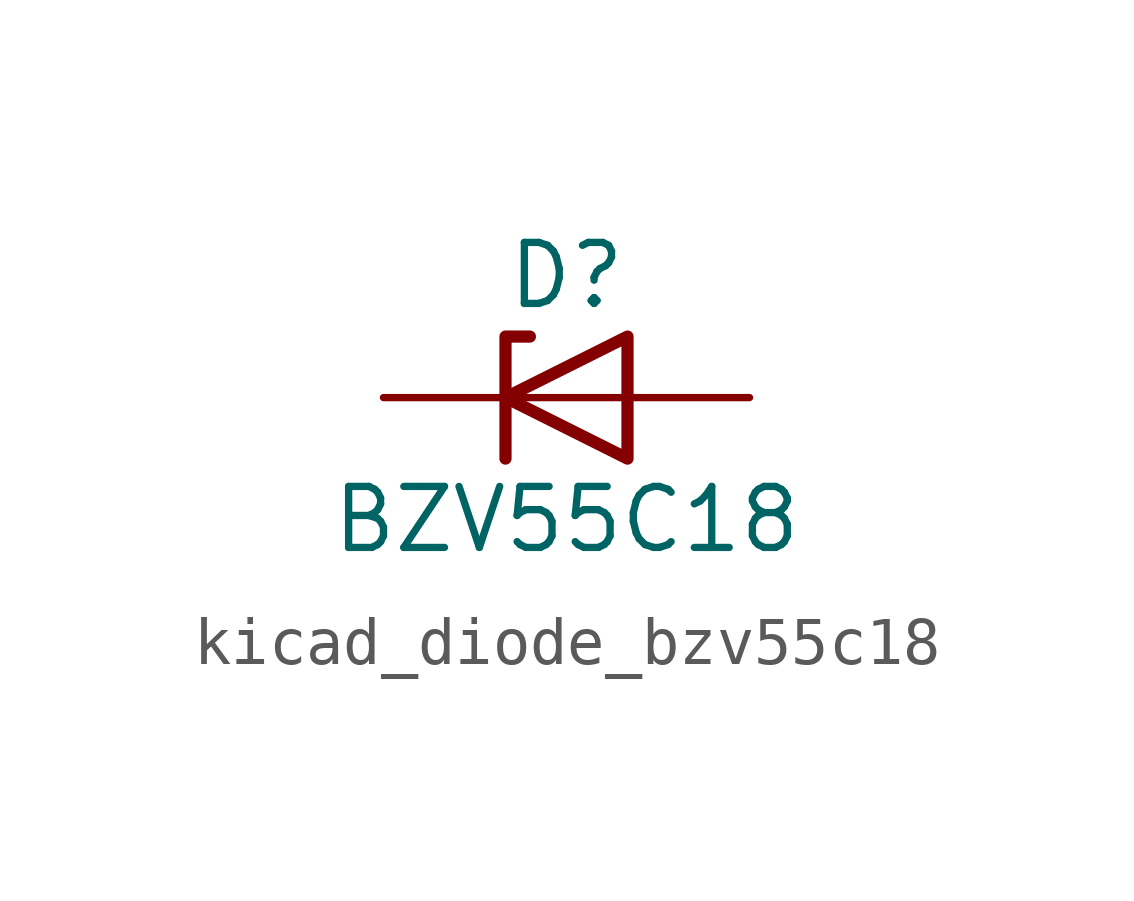
<source format=kicad_sym>
(kicad_symbol_lib
  (version 20220914)
  (generator kicad_symbol_editor)
  (symbol "kicad_diode_bzv55c18"
    (pin_numbers hide)
    (pin_names hide)
    (property "Reference" "D"
      (at 0 2.54 0)
      (effects (font (size 1.27 1.27))))
    (property "Value" "BZV55C18"
      (at 0 -2.54 0)
      (effects (font (size 1.27 1.27))))
    (symbol "kicad_diode_bzv55c18_0_1"
      (polyline (pts (xy 1.27 0) (xy -1.27 0)) (stroke (width 0) (type default)) (fill (type none)))
      (polyline (pts (xy -1.27 -1.27) (xy -1.27 1.27) (xy -0.762 1.27)) (stroke (width 0.254) (type default)) (fill (type none)))
      (polyline (pts (xy 1.27 -1.27) (xy 1.27 1.27) (xy -1.27 0) (xy 1.27 -1.27)) (stroke (width 0.254) (type default)) (fill (type none))))
    (symbol "kicad_diode_bzv55c18_1_1"
      (pin passive line (at -3.81 0 0) (length 2.54) (name "K" (effects (font (size 1.27 1.27)))) (number "1" (effects (font (size 1.27 1.27)))))
      (pin passive line (at 3.81 0 180) (length 2.54) (name "A" (effects (font (size 1.27 1.27)))) (number "2" (effects (font (size 1.27 1.27))))))))
</source>
